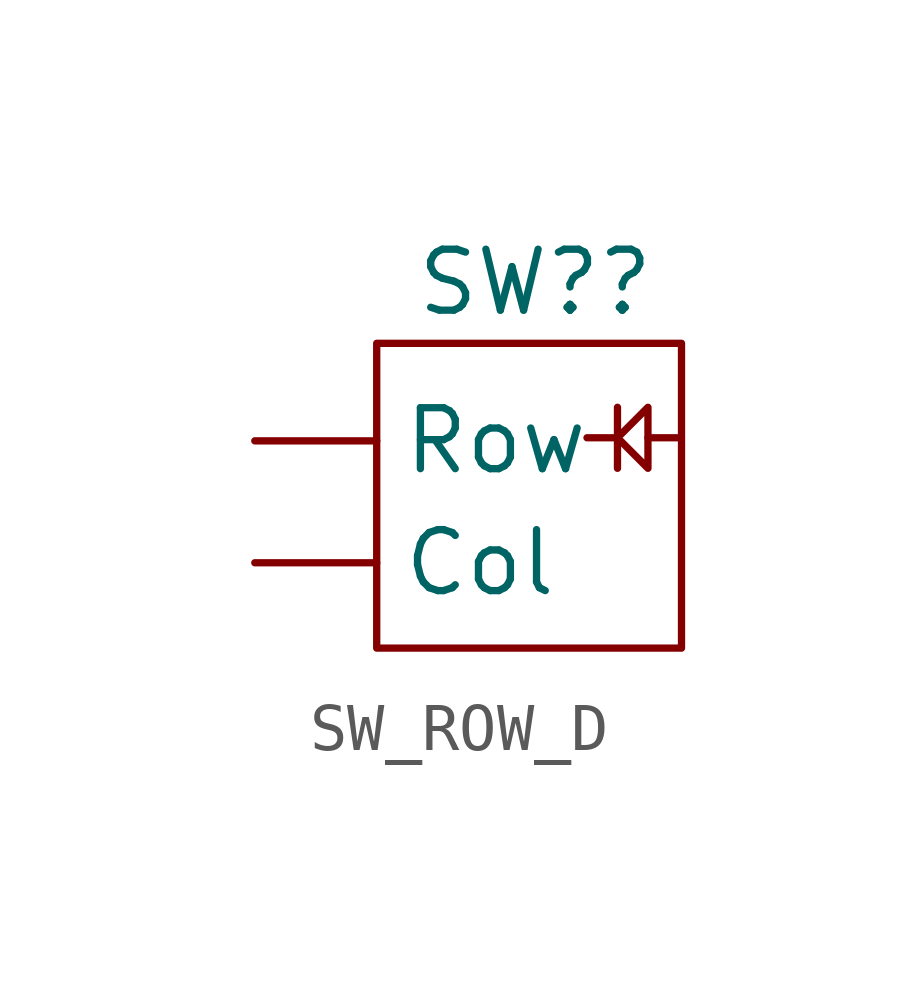
<source format=kicad_sym>
(kicad_symbol_lib
  (version 20211014)
  (generator kicad_symbol_editor)
  (symbol "SW_ROW_D"
    (property "Reference" "SW?"
      (at 5.842 3.302 0)
      (effects (font (size 1.27 1.27))))
    (symbol "SW_ROW_D_0_1"
      (polyline (pts (xy 7.556 0.064) (xy 6.921 0.064)) (stroke (width 0) (type default) (color 0 0 0 0)) (fill (type none)))
      (polyline (pts (xy 7.556 0.699) (xy 7.556 -0.572)) (stroke (width 0) (type default) (color 0 0 0 0)) (fill (type none)))
      (polyline (pts (xy 8.826 0.064) (xy 8.191 0.064)) (stroke (width 0) (type default) (color 0 0 0 0)) (fill (type none)))
      (polyline (pts (xy 8.191 0.699) (xy 8.191 -0.572) (xy 7.556 0.064) (xy 8.191 0.699)) (stroke (width 0) (type default) (color 0 0 0 0)) (fill (type none)))
      (rectangle (start 2.54 2.032) (end 8.89 -4.318) (stroke (width 0) (type default) (color 0 0 0 0)) (fill (type none))))
    (symbol "SW_ROW_D_1_1"
      (pin input line (at 0 -2.54 0) (length 2.54) (name "Col" (effects (font (size 1.27 1.27)))) (number "" (effects (font (size 1.27 1.27)))))
      (pin input line (at 0 0 0) (length 2.54) (name "Row" (effects (font (size 1.27 1.27)))) (number "" (effects (font (size 1.27 1.27))))))))
</source>
